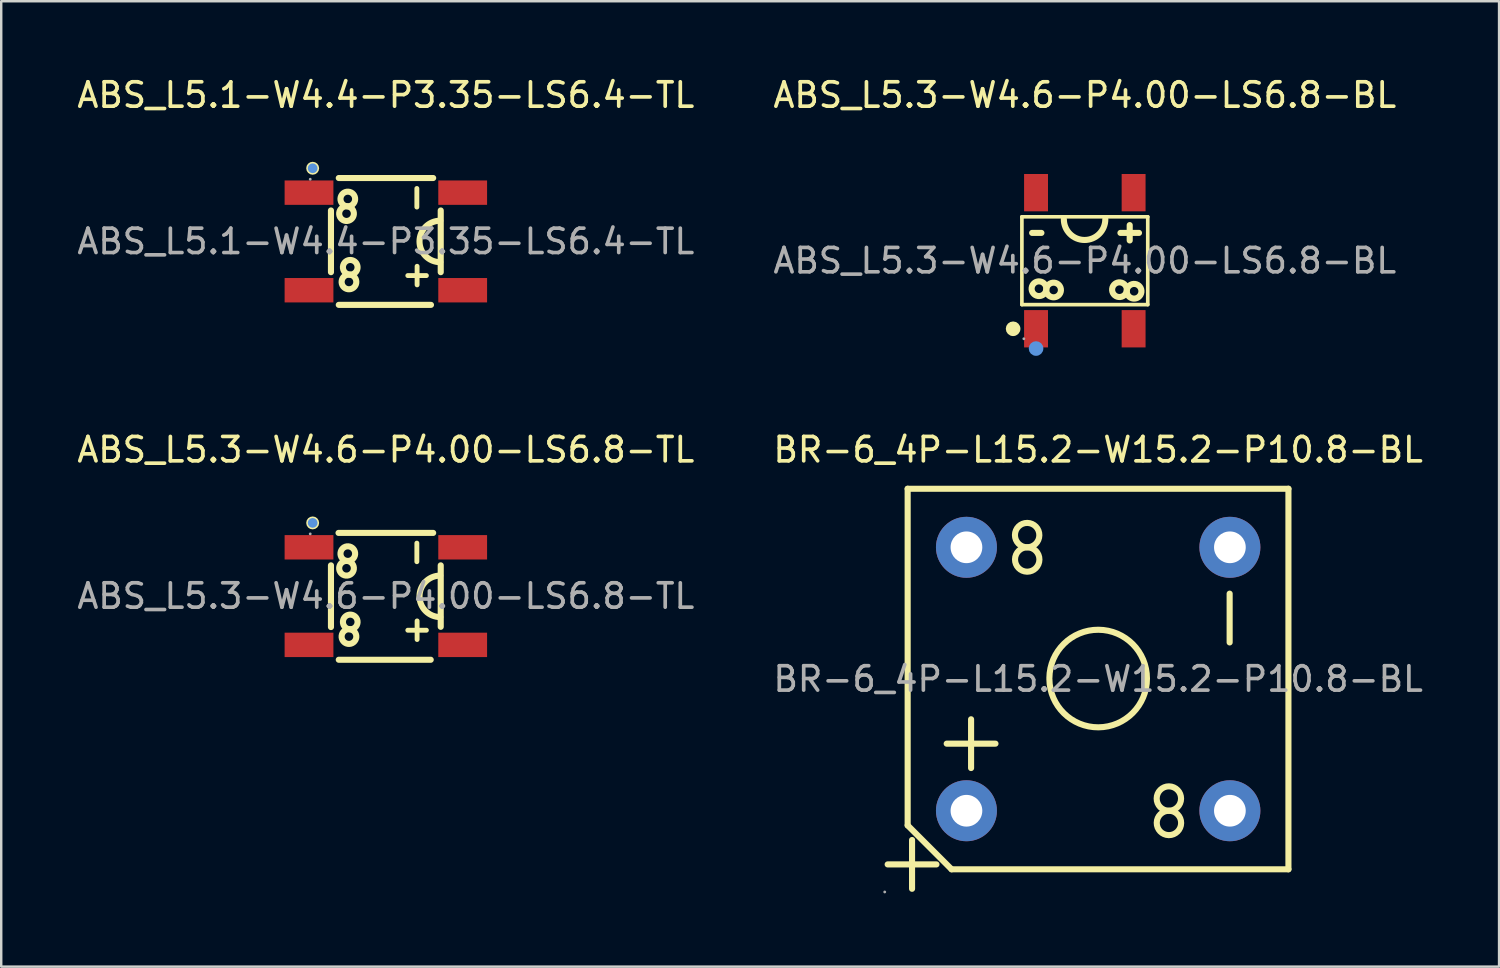
<source format=kicad_pcb>
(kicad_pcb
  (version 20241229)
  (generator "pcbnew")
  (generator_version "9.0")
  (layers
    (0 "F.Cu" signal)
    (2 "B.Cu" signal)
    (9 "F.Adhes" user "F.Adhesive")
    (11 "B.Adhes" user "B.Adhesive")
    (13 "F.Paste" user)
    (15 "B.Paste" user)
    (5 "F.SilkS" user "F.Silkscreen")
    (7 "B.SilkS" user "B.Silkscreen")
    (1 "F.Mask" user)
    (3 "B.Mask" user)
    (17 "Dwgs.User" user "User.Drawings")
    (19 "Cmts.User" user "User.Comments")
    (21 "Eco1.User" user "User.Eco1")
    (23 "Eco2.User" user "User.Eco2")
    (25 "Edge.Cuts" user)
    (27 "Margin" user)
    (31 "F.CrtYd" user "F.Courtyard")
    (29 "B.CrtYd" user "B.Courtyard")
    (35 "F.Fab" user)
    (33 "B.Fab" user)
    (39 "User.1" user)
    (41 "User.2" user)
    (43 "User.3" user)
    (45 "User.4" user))
  (footprint "ABS_L5.3-W4.6-P4.00-LS6.8-BL"
    (layer "F.Cu")
    (at 41.423 7.638)
    (property "Reference" "ABS_L5.3-W4.6-P4.00-LS6.8-BL" (at 0 -6.79 0) (layer "F.SilkS") (effects (font (size 1 1) (thickness 0.15))))
    (attr through_hole)
    (fp_line (start -2.58 -1.8) (end 2.58 -1.8) (stroke (width 0.15) (type solid)) (layer "F.SilkS"))
    (fp_line (start -2.58 1.8) (end -2.58 -1.8) (stroke (width 0.15) (type solid)) (layer "F.SilkS"))
    (fp_line (start -2.16 -1.14) (end -1.78 -1.14) (stroke (width 0.25) (type solid)) (layer "F.SilkS"))
    (fp_line (start 1.46 -1.14) (end 2.22 -1.14) (stroke (width 0.25) (type solid)) (layer "F.SilkS"))
    (fp_line (start 1.84 -1.46) (end 1.84 -0.83) (stroke (width 0.25) (type solid)) (layer "F.SilkS"))
    (fp_line (start 2.58 -1.8) (end 2.58 1.8) (stroke (width 0.15) (type solid)) (layer "F.SilkS"))
    (fp_line (start 2.58 1.8) (end -2.58 1.8) (stroke (width 0.15) (type solid)) (layer "F.SilkS"))
    (fp_arc (start -1.580569 1.185231) (mid -2.179727 1.117383) (end -1.58 1.18) (stroke (width 0.25) (type solid)) (layer "F.SilkS"))
    (fp_arc (start -1.579605 1.174767) (mid -0.980186 1.222617) (end -1.58 1.18) (stroke (width 0.25) (type solid)) (layer "F.SilkS"))
    (fp_arc (start 0.84 -1.7) (mid -0.01 -0.85) (end -0.86 -1.7) (stroke (width 0.25) (type solid)) (layer "F.SilkS"))
    (fp_arc (start 1.719431 1.225231) (mid 1.120273 1.157383) (end 1.72 1.22) (stroke (width 0.25) (type solid)) (layer "F.SilkS"))
    (fp_arc (start 1.720569 1.214769) (mid 2.319727 1.282617) (end 1.72 1.22) (stroke (width 0.25) (type solid)) (layer "F.SilkS"))
    (fp_circle (center -2.94 2.79) (end -2.79 2.79) (stroke (width 0.3) (type solid)) (fill no) (layer "F.SilkS"))
    (fp_circle (center -2 3.6) (end -1.85 3.6) (stroke (width 0.3) (type solid)) (fill no) (layer "Cmts.User"))
    (fp_circle (center -2.5 3.2) (end -2.47 3.2) (stroke (width 0.06) (type solid)) (fill no) (layer "F.Fab"))
    (fp_text user "${REFERENCE}" (at 0 0 0) (layer "F.Fab") (effects (font (size 1 1) (thickness 0.15))))
    (pad "1" smd rect (at -2 2.79 180) (size 0.98 1.53) (layers "F.Cu" "F.Mask" "F.Paste"))
    (pad "2" smd rect (at 2 2.79 180) (size 0.98 1.53) (layers "F.Cu" "F.Mask" "F.Paste"))
    (pad "3" smd rect (at 2 -2.79 180) (size 0.98 1.53) (layers "F.Cu" "F.Mask" "F.Paste"))
    (pad "4" smd rect (at -2 -2.79 180) (size 0.98 1.53) (layers "F.Cu" "F.Mask" "F.Paste")))
  (footprint "ABS_L5.3-W4.6-P4.00-LS6.8-TL"
    (layer "F.Cu")
    (at 12.768 21.387)
    (property "Reference" "ABS_L5.3-W4.6-P4.00-LS6.8-TL" (at 0 -6 0) (layer "F.SilkS") (effects (font (size 1 1) (thickness 0.15))))
    (attr through_hole)
    (fp_line (start -2.25 1.27) (end -2.25 -1.26) (stroke (width 0.25) (type solid)) (layer "F.SilkS"))
    (fp_line (start -1.94 -2.59) (end 1.94 -2.59) (stroke (width 0.25) (type solid)) (layer "F.SilkS"))
    (fp_line (start -1.93 2.61) (end 1.84 2.61) (stroke (width 0.25) (type solid)) (layer "F.SilkS"))
    (fp_line (start 2.25 1.26) (end 2.25 -1.26) (stroke (width 0.25) (type solid)) (layer "F.SilkS"))
    (fp_arc (start -1.585233 -1.440395) (mid -1.537383 -2.039814) (end -1.58 -1.44) (stroke (width 0.25) (type solid)) (layer "F.SilkS"))
    (fp_arc (start -1.574769 -1.439431) (mid -1.642617 -0.840273) (end -1.58 -1.44) (stroke (width 0.25) (type solid)) (layer "F.SilkS"))
    (fp_arc (start -1.485233 1.359605) (mid -1.437383 0.760186) (end -1.48 1.36) (stroke (width 0.25) (type solid)) (layer "F.SilkS"))
    (fp_arc (start -1.474769 1.360569) (mid -1.542617 1.959727) (end -1.48 1.36) (stroke (width 0.25) (type solid)) (layer "F.SilkS"))
    (fp_arc (start 2.23 0.86) (mid 1.38 0.01) (end 2.23 -0.84) (stroke (width 0.25) (type solid)) (layer "F.SilkS"))
    (fp_circle (center -3 -3) (end -2.86 -3) (stroke (width 0.25) (type solid)) (fill no) (layer "F.SilkS"))
    (fp_circle (center -3 -3) (end -2.9 -3) (stroke (width 0.2) (type solid)) (fill no) (layer "Cmts.User"))
    (fp_circle (center -3.1 -2.55) (end -3.07 -2.55) (stroke (width 0.06) (type solid)) (fill no) (layer "F.Fab"))
    (fp_text user "-" (at 1.2 -1.04 90) (layer "F.SilkS") (effects (font (size 1 1) (thickness 0.2)) (justify left)))
    (fp_text user "+" (at 1.21 2.15 90) (layer "F.SilkS") (effects (font (size 1 1) (thickness 0.2)) (justify left)))
    (fp_text user "${REFERENCE}" (at 0 0 0) (layer "F.Fab") (effects (font (size 1 1) (thickness 0.15))))
    (pad "1" smd rect (at -3.15 -2 180) (size 2 1) (layers "F.Cu" "F.Mask" "F.Paste"))
    (pad "2" smd rect (at -3.15 2 180) (size 2 1) (layers "F.Cu" "F.Mask" "F.Paste"))
    (pad "3" smd rect (at 3.15 2 180) (size 2 1) (layers "F.Cu" "F.Mask" "F.Paste"))
    (pad "4" smd rect (at 3.15 -2 180) (size 2 1) (layers "F.Cu" "F.Mask" "F.Paste")))
  (footprint "ABS_L5.1-W4.4-P3.35-LS6.4-TL"
    (layer "F.Cu")
    (at 12.768 6.848)
    (property "Reference" "ABS_L5.1-W4.4-P3.35-LS6.4-TL" (at 0 -6 0) (layer "F.SilkS") (effects (font (size 1 1) (thickness 0.15))))
    (attr through_hole)
    (fp_line (start -2.25 1.26) (end -2.25 -1.27) (stroke (width 0.25) (type solid)) (layer "F.SilkS"))
    (fp_line (start -1.93 -2.6) (end 1.94 -2.6) (stroke (width 0.25) (type solid)) (layer "F.SilkS"))
    (fp_line (start -1.93 2.6) (end 1.85 2.6) (stroke (width 0.25) (type solid)) (layer "F.SilkS"))
    (fp_line (start 2.25 1.26) (end 2.25 -1.27) (stroke (width 0.25) (type solid)) (layer "F.SilkS"))
    (fp_arc (start -1.585233 -1.440395) (mid -1.537383 -2.039814) (end -1.58 -1.44) (stroke (width 0.25) (type solid)) (layer "F.SilkS"))
    (fp_arc (start -1.574769 -1.439431) (mid -1.642617 -0.840273) (end -1.58 -1.44) (stroke (width 0.25) (type solid)) (layer "F.SilkS"))
    (fp_arc (start -1.485233 1.359605) (mid -1.437383 0.760186) (end -1.48 1.36) (stroke (width 0.25) (type solid)) (layer "F.SilkS"))
    (fp_arc (start -1.474769 1.360569) (mid -1.542617 1.959727) (end -1.48 1.36) (stroke (width 0.25) (type solid)) (layer "F.SilkS"))
    (fp_arc (start 2.23 0.85) (mid 1.38 0) (end 2.23 -0.85) (stroke (width 0.25) (type solid)) (layer "F.SilkS"))
    (fp_circle (center -3 -3) (end -2.86 -3) (stroke (width 0.25) (type solid)) (fill no) (layer "F.SilkS"))
    (fp_circle (center -3 -3) (end -2.9 -3) (stroke (width 0.2) (type solid)) (fill no) (layer "Cmts.User"))
    (fp_circle (center -3.1 -2.55) (end -3.07 -2.55) (stroke (width 0.06) (type solid)) (fill no) (layer "F.Fab"))
    (fp_text user "-" (at 1.2 -1.04 90) (layer "F.SilkS") (effects (font (size 1 1) (thickness 0.2)) (justify left)))
    (fp_text user "+" (at 1.21 2.15 90) (layer "F.SilkS") (effects (font (size 1 1) (thickness 0.2)) (justify left)))
    (fp_text user "${REFERENCE}" (at 0 0 0) (layer "F.Fab") (effects (font (size 1 1) (thickness 0.15))))
    (pad "1" smd rect (at -3.15 -2 180) (size 2 1) (layers "F.Cu" "F.Mask" "F.Paste"))
    (pad "2" smd rect (at -3.15 2 180) (size 2 1) (layers "F.Cu" "F.Mask" "F.Paste"))
    (pad "3" smd rect (at 3.15 2 180) (size 2 1) (layers "F.Cu" "F.Mask" "F.Paste"))
    (pad "4" smd rect (at 3.15 -2 180) (size 2 1) (layers "F.Cu" "F.Mask" "F.Paste")))
  (footprint "BR-6_4P-L15.2-W15.2-P10.8-BL"
    (layer "F.Cu")
    (at 41.97 24.787)
    (property "Reference" "BR-6_4P-L15.2-W15.2-P10.8-BL" (at 0 -9.4 0) (layer "F.SilkS") (effects (font (size 1 1) (thickness 0.15))))
    (attr through_hole)
    (fp_line (start -7.81 -7.8) (end 7.8 -7.8) (stroke (width 0.25) (type solid)) (layer "F.SilkS"))
    (fp_line (start -7.81 6) (end -7.81 -7.8) (stroke (width 0.25) (type solid)) (layer "F.SilkS"))
    (fp_line (start -7.63 6.6) (end -7.63 8.6) (stroke (width 0.25) (type solid)) (layer "F.SilkS"))
    (fp_line (start -6.63 7.6) (end -8.63 7.6) (stroke (width 0.25) (type solid)) (layer "F.SilkS"))
    (fp_line (start -6.01 7.8) (end -7.81 6) (stroke (width 0.25) (type solid)) (layer "F.SilkS"))
    (fp_line (start -5.21 1.65) (end -5.21 3.65) (stroke (width 0.25) (type solid)) (layer "F.SilkS"))
    (fp_line (start -4.21 2.65) (end -6.21 2.65) (stroke (width 0.25) (type solid)) (layer "F.SilkS"))
    (fp_line (start 5.39 -3.5) (end 5.39 -1.5) (stroke (width 0.25) (type solid)) (layer "F.SilkS"))
    (fp_line (start 7.8 -7.8) (end 7.8 7.8) (stroke (width 0.25) (type solid)) (layer "F.SilkS"))
    (fp_line (start 7.8 7.8) (end -6.01 7.8) (stroke (width 0.25) (type solid)) (layer "F.SilkS"))
    (fp_arc (start -2.918726 -4.400076) (mid -2.905637 -5.399981) (end -2.91 -4.4) (stroke (width 0.25) (type solid)) (layer "F.SilkS"))
    (fp_arc (start -2.901274 -6.399924) (mid -2.914363 -5.400019) (end -2.91 -6.4) (stroke (width 0.25) (type solid)) (layer "F.SilkS"))
    (fp_arc (start -2 -0.04) (mid 2.0001 -0.020072) (end -1.999999 0.000144) (stroke (width 0.25) (type solid)) (layer "F.SilkS"))
    (fp_arc (start 2.891274 6.399924) (mid 2.904363 5.400019) (end 2.9 6.4) (stroke (width 0.25) (type solid)) (layer "F.SilkS"))
    (fp_arc (start 2.908726 4.400076) (mid 2.895637 5.399981) (end 2.9 4.4) (stroke (width 0.25) (type solid)) (layer "F.SilkS"))
    (fp_circle (center -8.75 8.73) (end -8.72 8.73) (stroke (width 0.06) (type solid)) (fill no) (layer "F.Fab"))
    (fp_circle (center -5.4 -5.4) (end -5.12 -5.4) (stroke (width 0.55) (type solid)) (fill no) (layer "F.Fab"))
    (fp_circle (center -5.4 5.4) (end -5.12 5.4) (stroke (width 0.55) (type solid)) (fill no) (layer "F.Fab"))
    (fp_circle (center 5.4 -5.4) (end 5.68 -5.4) (stroke (width 0.55) (type solid)) (fill no) (layer "F.Fab"))
    (fp_circle (center 5.4 5.4) (end 5.68 5.4) (stroke (width 0.55) (type solid)) (fill no) (layer "F.Fab"))
    (fp_text user "${REFERENCE}" (at 0 0 0) (layer "F.Fab") (effects (font (size 1 1) (thickness 0.15))))
    (pad "1" thru_hole circle (at -5.4 5.4 180) (size 2.5 2.5) (drill 1.3) (layers "*.Cu" "*.Paste" "*.Mask"))
    (pad "2" thru_hole circle (at 5.4 5.4 180) (size 2.5 2.5) (drill 1.3) (layers "*.Cu" "*.Paste" "*.Mask"))
    (pad "3" thru_hole circle (at 5.4 -5.4 180) (size 2.5 2.5) (drill 1.3) (layers "*.Cu" "*.Paste" "*.Mask"))
    (pad "4" thru_hole circle (at -5.4 -5.4 180) (size 2.5 2.5) (drill 1.3) (layers "*.Cu" "*.Paste" "*.Mask")))
  (gr_rect
    (start -3 -3)
    (end 58.405 36.577)
    (stroke (width 0.1) (type default))
    (fill no)
    (layer "Edge.Cuts")))
</source>
